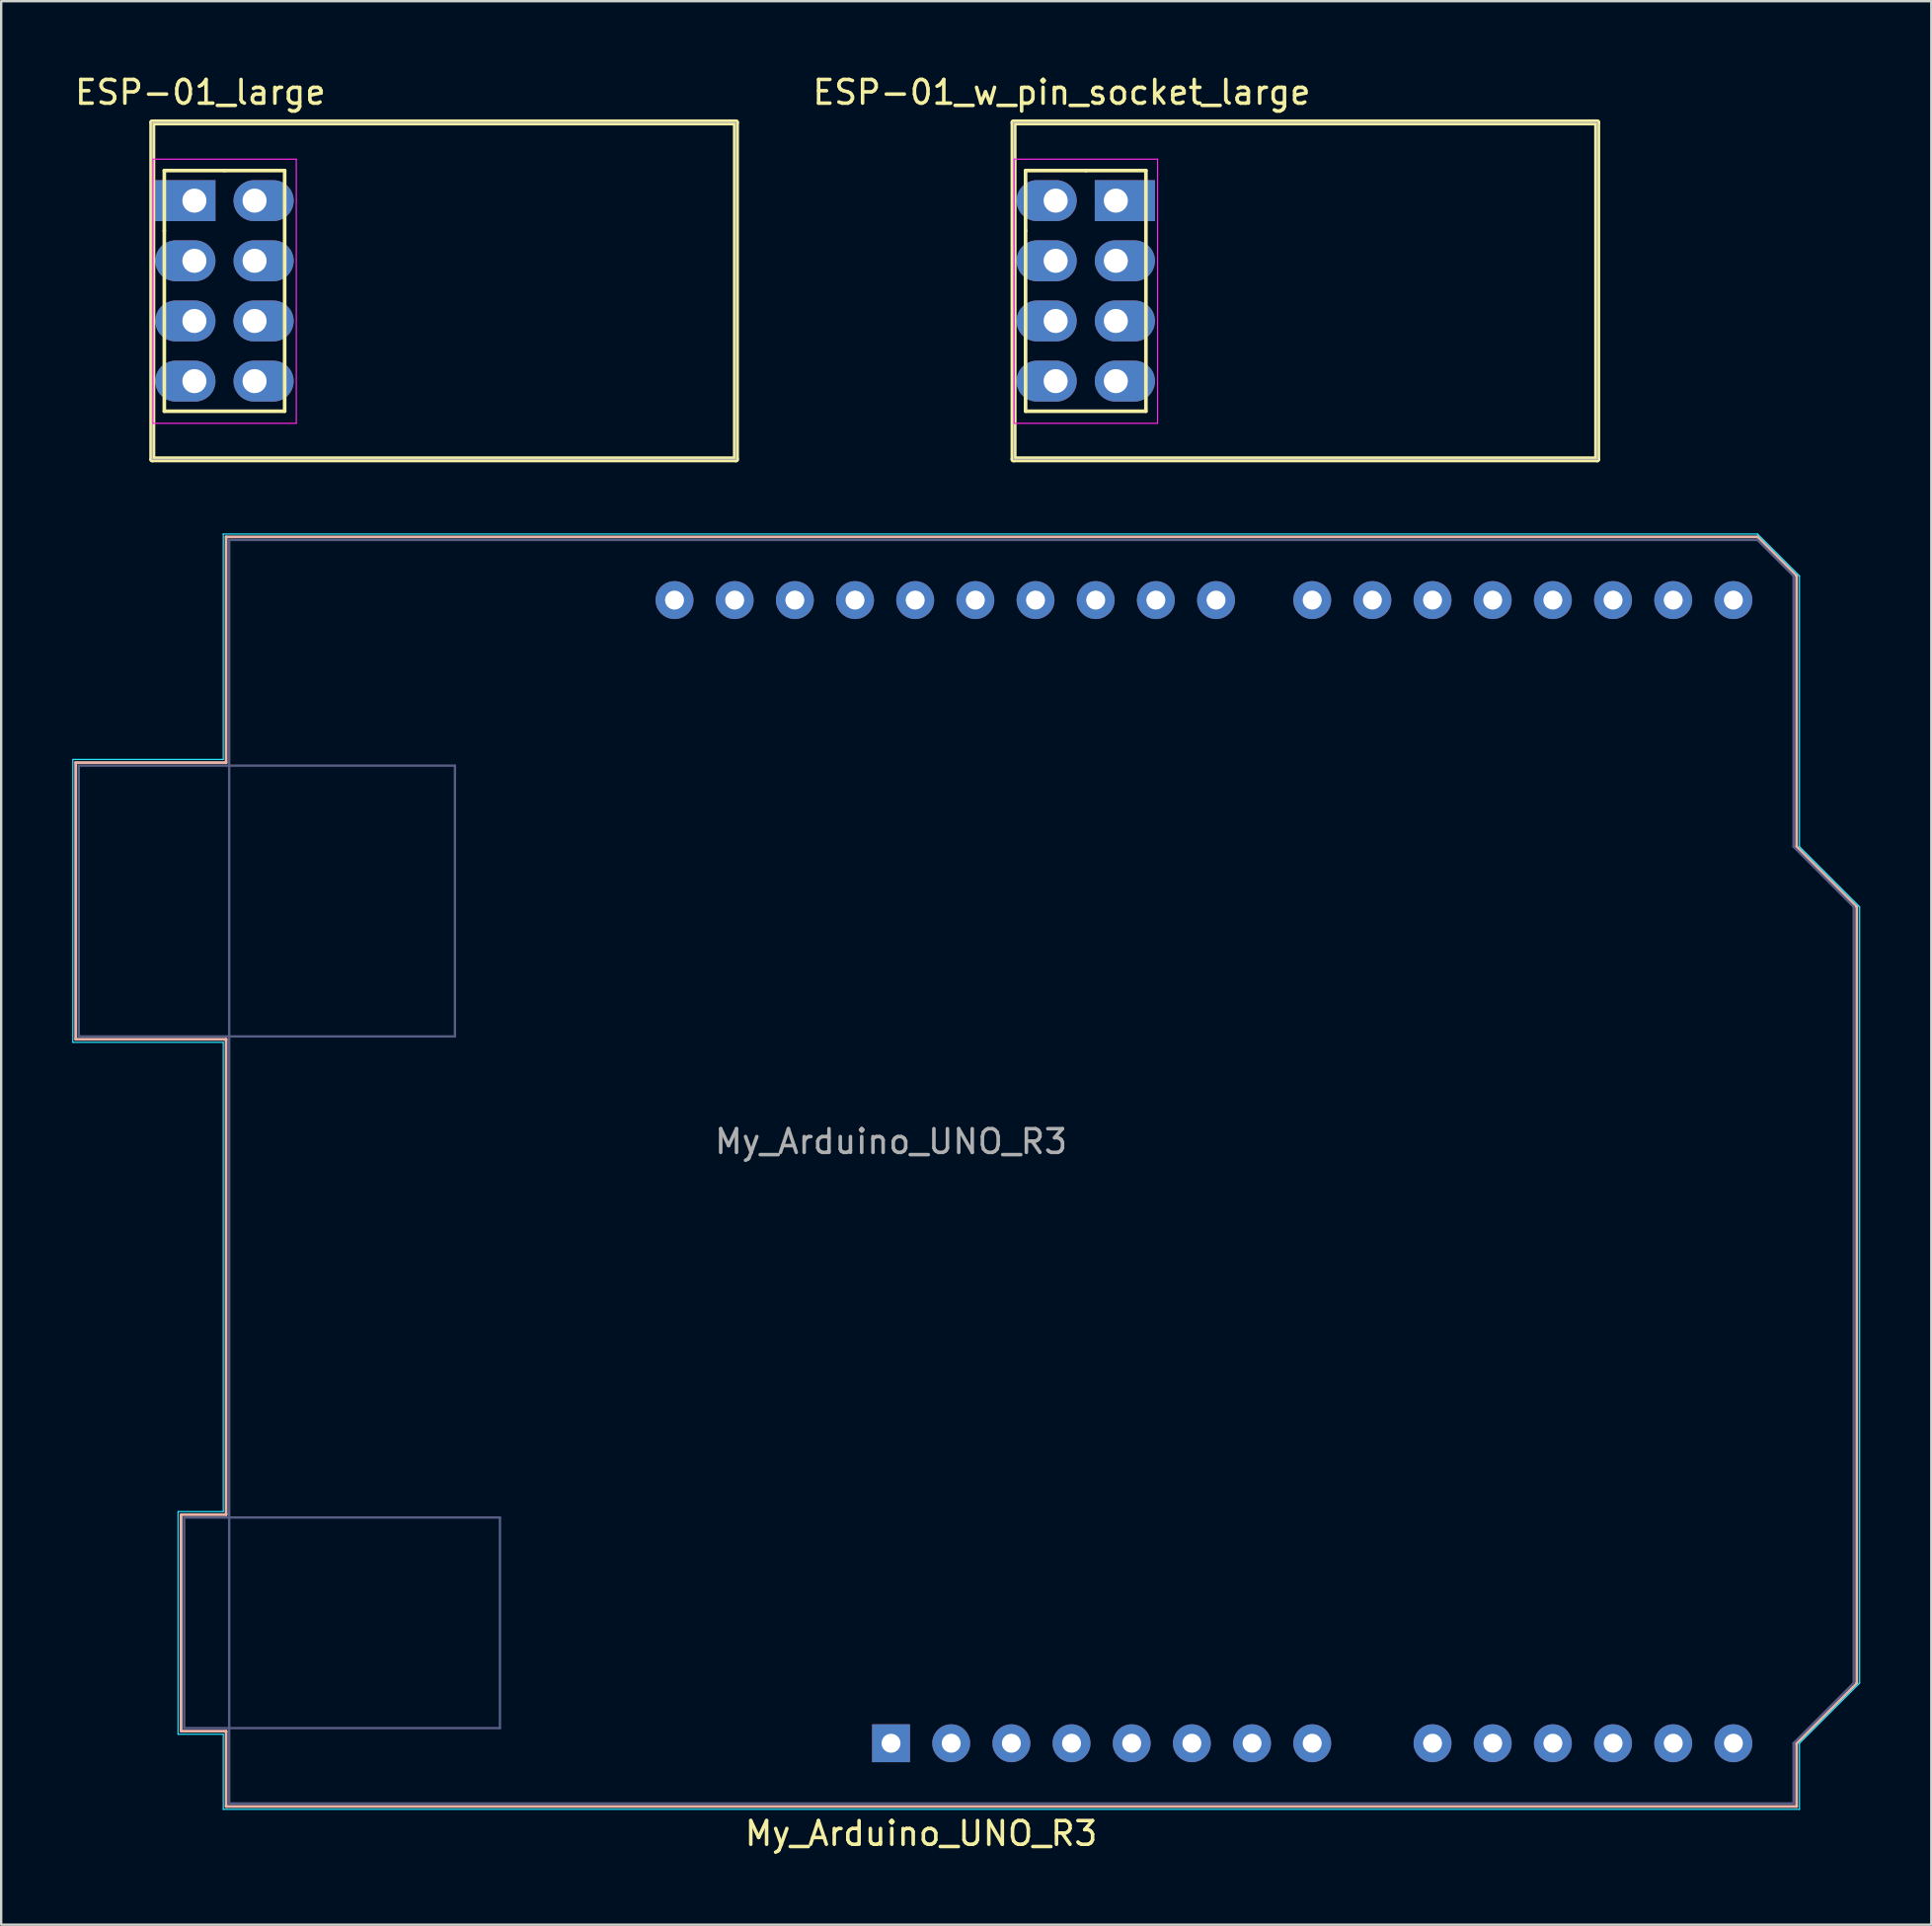
<source format=kicad_pcb>
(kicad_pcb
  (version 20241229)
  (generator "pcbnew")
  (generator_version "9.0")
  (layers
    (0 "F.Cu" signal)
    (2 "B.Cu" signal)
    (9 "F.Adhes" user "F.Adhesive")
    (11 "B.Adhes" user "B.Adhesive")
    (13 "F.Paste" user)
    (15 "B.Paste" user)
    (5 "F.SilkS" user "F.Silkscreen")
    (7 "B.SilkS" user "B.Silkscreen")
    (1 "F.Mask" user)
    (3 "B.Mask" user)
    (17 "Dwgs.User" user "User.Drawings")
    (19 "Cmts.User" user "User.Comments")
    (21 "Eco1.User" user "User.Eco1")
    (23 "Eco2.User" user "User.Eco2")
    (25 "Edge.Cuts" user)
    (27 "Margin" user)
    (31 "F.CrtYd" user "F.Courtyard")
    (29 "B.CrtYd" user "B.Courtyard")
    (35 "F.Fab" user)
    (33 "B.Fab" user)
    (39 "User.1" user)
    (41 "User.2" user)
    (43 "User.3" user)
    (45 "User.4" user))
  (footprint "ESP-01_large"
    (layer "F.Cu")
    (at 5.157 5.42)
    (property "Reference" "ESP-01_large" (at 0.254 -4.572 0) (layer "F.SilkS") (effects (font (size 1 1) (thickness 0.15))))
    (attr through_hole)
    (fp_line (start -1.778 -3.302) (end 22.86 -3.302) (stroke (width 0.254) (type solid)) (layer "F.SilkS"))
    (fp_line (start -1.778 10.922) (end -1.778 -3.302) (stroke (width 0.254) (type solid)) (layer "F.SilkS"))
    (fp_line (start -1.27 -1.27) (end -1.27 1.27) (stroke (width 0.152) (type solid)) (layer "F.SilkS"))
    (fp_line (start -1.27 1.27) (end -1.27 8.89) (stroke (width 0.152) (type solid)) (layer "F.SilkS"))
    (fp_line (start -1.27 8.89) (end 3.81 8.89) (stroke (width 0.152) (type solid)) (layer "F.SilkS"))
    (fp_line (start 1.27 -1.27) (end -1.27 -1.27) (stroke (width 0.152) (type solid)) (layer "F.SilkS"))
    (fp_line (start 3.81 -1.27) (end 1.27 -1.27) (stroke (width 0.152) (type solid)) (layer "F.SilkS"))
    (fp_line (start 3.81 8.89) (end 3.81 -1.27) (stroke (width 0.152) (type solid)) (layer "F.SilkS"))
    (fp_line (start 22.86 -3.302) (end 22.86 10.922) (stroke (width 0.254) (type solid)) (layer "F.SilkS"))
    (fp_line (start 22.86 10.922) (end -1.778 10.922) (stroke (width 0.254) (type solid)) (layer "F.SilkS"))
    (fp_line (start -1.75 -1.75) (end -1.75 9.4) (stroke (width 0.05) (type solid)) (layer "F.CrtYd"))
    (fp_line (start -1.75 -1.75) (end 4.3 -1.75) (stroke (width 0.05) (type solid)) (layer "F.CrtYd"))
    (fp_line (start -1.75 9.4) (end 4.3 9.4) (stroke (width 0.05) (type solid)) (layer "F.CrtYd"))
    (fp_line (start 4.3 -1.75) (end 4.3 9.4) (stroke (width 0.05) (type solid)) (layer "F.CrtYd"))
    (fp_line (start -1.778 -3.302) (end 22.86 -3.302) (stroke (width 0.05) (type solid)) (layer "F.Fab"))
    (fp_line (start -1.778 10.922) (end -1.778 -3.302) (stroke (width 0.05) (type solid)) (layer "F.Fab"))
    (fp_line (start 22.86 -3.302) (end 22.86 10.922) (stroke (width 0.05) (type solid)) (layer "F.Fab"))
    (fp_line (start 22.86 10.922) (end -1.778 10.922) (stroke (width 0.05) (type solid)) (layer "F.Fab"))
    (pad "1" thru_hole rect (at 0 0) (size 2.54 1.727) (drill 1.016 (offset -0.381 0)) (layers "*.Cu" "*.Mask"))
    (pad "2" thru_hole oval (at 2.54 0) (size 2.54 1.727) (drill 1.016 (offset 0.381 0)) (layers "*.Cu" "*.Mask"))
    (pad "3" thru_hole oval (at 0 2.54) (size 2.54 1.727) (drill 1.016 (offset -0.381 0)) (layers "*.Cu" "*.Mask"))
    (pad "4" thru_hole oval (at 2.54 2.54) (size 2.54 1.727) (drill 1.016 (offset 0.381 0)) (layers "*.Cu" "*.Mask"))
    (pad "5" thru_hole oval (at 0 5.08) (size 2.54 1.727) (drill 1.016 (offset -0.381 0)) (layers "*.Cu" "*.Mask"))
    (pad "6" thru_hole oval (at 2.54 5.08) (size 2.54 1.727) (drill 1.016 (offset 0.381 0)) (layers "*.Cu" "*.Mask"))
    (pad "7" thru_hole oval (at 0 7.62) (size 2.54 1.727) (drill 1.016 (offset -0.381 0)) (layers "*.Cu" "*.Mask"))
    (pad "8" thru_hole oval (at 2.54 7.62) (size 2.54 1.727) (drill 1.016 (offset 0.381 0)) (layers "*.Cu" "*.Mask")))
  (footprint "My_Arduino_UNO_R3"
    (layer "F.Cu")
    (at 34.565 70.544)
    (property "Reference" "My_Arduino_UNO_R3" (at 1.27 3.81 180) (layer "F.SilkS") (effects (font (size 1 1) (thickness 0.15))))
    (attr through_hole)
    (fp_line (start -34.42 -41.4) (end -28.07 -41.4) (stroke (width 0.12) (type solid)) (layer "B.SilkS"))
    (fp_line (start -34.42 -29.72) (end -34.42 -41.4) (stroke (width 0.12) (type solid)) (layer "B.SilkS"))
    (fp_line (start -29.97 -9.65) (end -28.07 -9.65) (stroke (width 0.12) (type solid)) (layer "B.SilkS"))
    (fp_line (start -29.97 -0.51) (end -29.97 -9.65) (stroke (width 0.12) (type solid)) (layer "B.SilkS"))
    (fp_line (start -28.07 -50.93) (end 36.58 -50.93) (stroke (width 0.12) (type solid)) (layer "B.SilkS"))
    (fp_line (start -28.07 -41.4) (end -28.07 -50.93) (stroke (width 0.12) (type solid)) (layer "B.SilkS"))
    (fp_line (start -28.07 -29.72) (end -34.42 -29.72) (stroke (width 0.12) (type solid)) (layer "B.SilkS"))
    (fp_line (start -28.07 -9.65) (end -28.07 -29.72) (stroke (width 0.12) (type solid)) (layer "B.SilkS"))
    (fp_line (start -28.07 -0.51) (end -29.97 -0.51) (stroke (width 0.12) (type solid)) (layer "B.SilkS"))
    (fp_line (start -28.07 2.67) (end -28.07 -0.51) (stroke (width 0.12) (type solid)) (layer "B.SilkS"))
    (fp_line (start 36.58 -50.93) (end 38.23 -49.28) (stroke (width 0.12) (type solid)) (layer "B.SilkS"))
    (fp_line (start 38.23 -49.28) (end 38.23 -37.85) (stroke (width 0.12) (type solid)) (layer "B.SilkS"))
    (fp_line (start 38.23 -37.85) (end 40.77 -35.31) (stroke (width 0.12) (type solid)) (layer "B.SilkS"))
    (fp_line (start 38.23 0) (end 38.23 2.67) (stroke (width 0.12) (type solid)) (layer "B.SilkS"))
    (fp_line (start 38.23 2.67) (end -28.07 2.67) (stroke (width 0.12) (type solid)) (layer "B.SilkS"))
    (fp_line (start 40.77 -35.31) (end 40.77 -2.54) (stroke (width 0.12) (type solid)) (layer "B.SilkS"))
    (fp_line (start 40.77 -2.54) (end 38.23 0) (stroke (width 0.12) (type solid)) (layer "B.SilkS"))
    (fp_line (start -34.54 -41.53) (end -34.54 -29.59) (stroke (width 0.05) (type solid)) (layer "B.CrtYd"))
    (fp_line (start -34.54 -29.59) (end -28.19 -29.59) (stroke (width 0.05) (type solid)) (layer "B.CrtYd"))
    (fp_line (start -30.1 -9.78) (end -30.1 -0.38) (stroke (width 0.05) (type solid)) (layer "B.CrtYd"))
    (fp_line (start -30.1 -0.38) (end -28.19 -0.38) (stroke (width 0.05) (type solid)) (layer "B.CrtYd"))
    (fp_line (start -28.19 -51.05) (end -28.19 -41.53) (stroke (width 0.05) (type solid)) (layer "B.CrtYd"))
    (fp_line (start -28.19 -41.53) (end -34.54 -41.53) (stroke (width 0.05) (type solid)) (layer "B.CrtYd"))
    (fp_line (start -28.19 -29.59) (end -28.19 -9.78) (stroke (width 0.05) (type solid)) (layer "B.CrtYd"))
    (fp_line (start -28.19 -9.78) (end -30.1 -9.78) (stroke (width 0.05) (type solid)) (layer "B.CrtYd"))
    (fp_line (start -28.19 -0.38) (end -28.19 2.79) (stroke (width 0.05) (type solid)) (layer "B.CrtYd"))
    (fp_line (start -28.19 2.79) (end 38.35 2.79) (stroke (width 0.05) (type solid)) (layer "B.CrtYd"))
    (fp_line (start 36.58 -51.05) (end -28.19 -51.05) (stroke (width 0.05) (type solid)) (layer "B.CrtYd"))
    (fp_line (start 38.35 -49.28) (end 36.58 -51.05) (stroke (width 0.05) (type solid)) (layer "B.CrtYd"))
    (fp_line (start 38.35 -37.85) (end 38.35 -49.28) (stroke (width 0.05) (type solid)) (layer "B.CrtYd"))
    (fp_line (start 38.35 0) (end 40.89 -2.54) (stroke (width 0.05) (type solid)) (layer "B.CrtYd"))
    (fp_line (start 38.35 2.79) (end 38.35 0) (stroke (width 0.05) (type solid)) (layer "B.CrtYd"))
    (fp_line (start 40.89 -35.31) (end 38.35 -37.85) (stroke (width 0.05) (type solid)) (layer "B.CrtYd"))
    (fp_line (start 40.89 -2.54) (end 40.89 -35.31) (stroke (width 0.05) (type solid)) (layer "B.CrtYd"))
    (fp_line (start -34.29 -41.27) (end -34.29 -29.84) (stroke (width 0.1) (type solid)) (layer "B.Fab"))
    (fp_line (start -34.29 -29.84) (end -18.41 -29.84) (stroke (width 0.1) (type solid)) (layer "B.Fab"))
    (fp_line (start -29.84 -9.53) (end -29.84 -0.64) (stroke (width 0.1) (type solid)) (layer "B.Fab"))
    (fp_line (start -29.84 -0.64) (end -16.51 -0.64) (stroke (width 0.1) (type solid)) (layer "B.Fab"))
    (fp_line (start -27.94 -50.8) (end -27.94 2.54) (stroke (width 0.1) (type solid)) (layer "B.Fab"))
    (fp_line (start -27.94 2.54) (end 38.1 2.54) (stroke (width 0.1) (type solid)) (layer "B.Fab"))
    (fp_line (start -18.41 -41.27) (end -34.29 -41.27) (stroke (width 0.1) (type solid)) (layer "B.Fab"))
    (fp_line (start -18.41 -29.84) (end -18.41 -41.27) (stroke (width 0.1) (type solid)) (layer "B.Fab"))
    (fp_line (start -16.51 -9.53) (end -29.84 -9.53) (stroke (width 0.1) (type solid)) (layer "B.Fab"))
    (fp_line (start -16.51 -0.64) (end -16.51 -9.53) (stroke (width 0.1) (type solid)) (layer "B.Fab"))
    (fp_line (start 36.58 -50.8) (end -27.94 -50.8) (stroke (width 0.1) (type solid)) (layer "B.Fab"))
    (fp_line (start 38.1 -49.28) (end 36.58 -50.8) (stroke (width 0.1) (type solid)) (layer "B.Fab"))
    (fp_line (start 38.1 -37.85) (end 38.1 -49.28) (stroke (width 0.1) (type solid)) (layer "B.Fab"))
    (fp_line (start 38.1 0) (end 40.64 -2.54) (stroke (width 0.1) (type solid)) (layer "B.Fab"))
    (fp_line (start 38.1 2.54) (end 38.1 0) (stroke (width 0.1) (type solid)) (layer "B.Fab"))
    (fp_line (start 40.64 -35.31) (end 38.1 -37.85) (stroke (width 0.1) (type solid)) (layer "B.Fab"))
    (fp_line (start 40.64 -2.54) (end 40.64 -35.31) (stroke (width 0.1) (type solid)) (layer "B.Fab"))
    (fp_text user "${REFERENCE}" (at 0 -25.4 180) (layer "F.Fab") (effects (font (size 1 1) (thickness 0.15))))
    (pad "1" thru_hole rect (at 0 0 270) (size 1.6 1.6) (drill 0.8) (layers "*.Cu" "*.Mask"))
    (pad "2" thru_hole oval (at 2.54 0 270) (size 1.6 1.6) (drill 0.8) (layers "*.Cu" "*.Mask"))
    (pad "3" thru_hole oval (at 5.08 0 270) (size 1.6 1.6) (drill 0.8) (layers "*.Cu" "*.Mask"))
    (pad "4" thru_hole oval (at 7.62 0 270) (size 1.6 1.6) (drill 0.8) (layers "*.Cu" "*.Mask"))
    (pad "5" thru_hole oval (at 10.16 0 270) (size 1.6 1.6) (drill 0.8) (layers "*.Cu" "*.Mask"))
    (pad "6" thru_hole oval (at 12.7 0 270) (size 1.6 1.6) (drill 0.8) (layers "*.Cu" "*.Mask"))
    (pad "7" thru_hole oval (at 15.24 0 270) (size 1.6 1.6) (drill 0.8) (layers "*.Cu" "*.Mask"))
    (pad "8" thru_hole oval (at 17.78 0 270) (size 1.6 1.6) (drill 0.8) (layers "*.Cu" "*.Mask"))
    (pad "9" thru_hole oval (at 22.86 0 270) (size 1.6 1.6) (drill 0.8) (layers "*.Cu" "*.Mask"))
    (pad "10" thru_hole oval (at 25.4 0 270) (size 1.6 1.6) (drill 0.8) (layers "*.Cu" "*.Mask"))
    (pad "11" thru_hole oval (at 27.94 0 270) (size 1.6 1.6) (drill 0.8) (layers "*.Cu" "*.Mask"))
    (pad "12" thru_hole oval (at 30.48 0 270) (size 1.6 1.6) (drill 0.8) (layers "*.Cu" "*.Mask"))
    (pad "13" thru_hole oval (at 33.02 0 270) (size 1.6 1.6) (drill 0.8) (layers "*.Cu" "*.Mask"))
    (pad "14" thru_hole oval (at 35.56 0 270) (size 1.6 1.6) (drill 0.8) (layers "*.Cu" "*.Mask"))
    (pad "15" thru_hole oval (at 35.56 -48.26 270) (size 1.6 1.6) (drill 0.8) (layers "*.Cu" "*.Mask"))
    (pad "16" thru_hole oval (at 33.02 -48.26 270) (size 1.6 1.6) (drill 0.8) (layers "*.Cu" "*.Mask"))
    (pad "17" thru_hole oval (at 30.48 -48.26 270) (size 1.6 1.6) (drill 0.8) (layers "*.Cu" "*.Mask"))
    (pad "18" thru_hole oval (at 27.94 -48.26 270) (size 1.6 1.6) (drill 0.8) (layers "*.Cu" "*.Mask"))
    (pad "19" thru_hole oval (at 25.4 -48.26 270) (size 1.6 1.6) (drill 0.8) (layers "*.Cu" "*.Mask"))
    (pad "20" thru_hole oval (at 22.86 -48.26 270) (size 1.6 1.6) (drill 0.8) (layers "*.Cu" "*.Mask"))
    (pad "21" thru_hole oval (at 20.32 -48.26 270) (size 1.6 1.6) (drill 0.8) (layers "*.Cu" "*.Mask"))
    (pad "22" thru_hole oval (at 17.78 -48.26 270) (size 1.6 1.6) (drill 0.8) (layers "*.Cu" "*.Mask"))
    (pad "23" thru_hole oval (at 13.72 -48.26 270) (size 1.6 1.6) (drill 0.8) (layers "*.Cu" "*.Mask"))
    (pad "24" thru_hole oval (at 11.18 -48.26 270) (size 1.6 1.6) (drill 0.8) (layers "*.Cu" "*.Mask"))
    (pad "25" thru_hole oval (at 8.64 -48.26 270) (size 1.6 1.6) (drill 0.8) (layers "*.Cu" "*.Mask"))
    (pad "26" thru_hole oval (at 6.1 -48.26 270) (size 1.6 1.6) (drill 0.8) (layers "*.Cu" "*.Mask"))
    (pad "27" thru_hole oval (at 3.56 -48.26 270) (size 1.6 1.6) (drill 0.8) (layers "*.Cu" "*.Mask"))
    (pad "28" thru_hole oval (at 1.02 -48.26 270) (size 1.6 1.6) (drill 0.8) (layers "*.Cu" "*.Mask"))
    (pad "29" thru_hole oval (at -1.52 -48.26 270) (size 1.6 1.6) (drill 0.8) (layers "*.Cu" "*.Mask"))
    (pad "30" thru_hole oval (at -4.06 -48.26 270) (size 1.6 1.6) (drill 0.8) (layers "*.Cu" "*.Mask"))
    (pad "31" thru_hole oval (at -6.6 -48.26 270) (size 1.6 1.6) (drill 0.8) (layers "*.Cu" "*.Mask"))
    (pad "32" thru_hole oval (at -9.14 -48.26 270) (size 1.6 1.6) (drill 0.8) (layers "*.Cu" "*.Mask")))
  (footprint "ESP-01_w_pin_socket_large"
    (layer "F.Cu")
    (at 41.515 5.42)
    (property "Reference" "ESP-01_w_pin_socket_large" (at 0.254 -4.572 0) (layer "F.SilkS") (effects (font (size 1 1) (thickness 0.15))))
    (attr through_hole)
    (fp_line (start -1.778 -3.302) (end 22.86 -3.302) (stroke (width 0.254) (type solid)) (layer "F.SilkS"))
    (fp_line (start -1.778 10.922) (end -1.778 -3.302) (stroke (width 0.254) (type solid)) (layer "F.SilkS"))
    (fp_line (start -1.27 -1.27) (end -1.27 1.27) (stroke (width 0.152) (type solid)) (layer "F.SilkS"))
    (fp_line (start -1.27 1.27) (end -1.27 8.89) (stroke (width 0.152) (type solid)) (layer "F.SilkS"))
    (fp_line (start -1.27 8.89) (end 3.81 8.89) (stroke (width 0.152) (type solid)) (layer "F.SilkS"))
    (fp_line (start 1.27 -1.27) (end -1.27 -1.27) (stroke (width 0.152) (type solid)) (layer "F.SilkS"))
    (fp_line (start 3.81 -1.27) (end 1.27 -1.27) (stroke (width 0.152) (type solid)) (layer "F.SilkS"))
    (fp_line (start 3.81 8.89) (end 3.81 -1.27) (stroke (width 0.152) (type solid)) (layer "F.SilkS"))
    (fp_line (start 22.86 -3.302) (end 22.86 10.922) (stroke (width 0.254) (type solid)) (layer "F.SilkS"))
    (fp_line (start 22.86 10.922) (end -1.778 10.922) (stroke (width 0.254) (type solid)) (layer "F.SilkS"))
    (fp_line (start -1.75 -1.75) (end -1.75 9.4) (stroke (width 0.05) (type solid)) (layer "F.CrtYd"))
    (fp_line (start -1.75 -1.75) (end 4.3 -1.75) (stroke (width 0.05) (type solid)) (layer "F.CrtYd"))
    (fp_line (start -1.75 9.4) (end 4.3 9.4) (stroke (width 0.05) (type solid)) (layer "F.CrtYd"))
    (fp_line (start 4.3 -1.75) (end 4.3 9.4) (stroke (width 0.05) (type solid)) (layer "F.CrtYd"))
    (fp_line (start -1.778 -3.302) (end 22.86 -3.302) (stroke (width 0.05) (type solid)) (layer "F.Fab"))
    (fp_line (start -1.778 10.922) (end -1.778 -3.302) (stroke (width 0.05) (type solid)) (layer "F.Fab"))
    (fp_line (start 22.86 -3.302) (end 22.86 10.922) (stroke (width 0.05) (type solid)) (layer "F.Fab"))
    (fp_line (start 22.86 10.922) (end -1.778 10.922) (stroke (width 0.05) (type solid)) (layer "F.Fab"))
    (pad "1" thru_hole rect (at 2.54 0) (size 2.54 1.727) (drill 1.016 (offset 0.381 0)) (layers "*.Cu" "*.Mask"))
    (pad "2" thru_hole oval (at 0 0) (size 2.54 1.727) (drill 1.016 (offset -0.381 0)) (layers "*.Cu" "*.Mask"))
    (pad "3" thru_hole oval (at 2.54 2.54) (size 2.54 1.727) (drill 1.016 (offset 0.381 0)) (layers "*.Cu" "*.Mask"))
    (pad "4" thru_hole oval (at 0 2.54) (size 2.54 1.727) (drill 1.016 (offset -0.381 0)) (layers "*.Cu" "*.Mask"))
    (pad "5" thru_hole oval (at 2.54 5.08) (size 2.54 1.727) (drill 1.016 (offset 0.381 0)) (layers "*.Cu" "*.Mask"))
    (pad "6" thru_hole oval (at 0 5.08) (size 2.54 1.727) (drill 1.016 (offset -0.381 0)) (layers "*.Cu" "*.Mask"))
    (pad "7" thru_hole oval (at 2.54 7.62) (size 2.54 1.727) (drill 1.016 (offset 0.381 0)) (layers "*.Cu" "*.Mask"))
    (pad "8" thru_hole oval (at 0 7.62) (size 2.54 1.727) (drill 1.016 (offset -0.381 0)) (layers "*.Cu" "*.Mask")))
  (gr_rect
    (start -3 -3)
    (end 78.48 78.203)
    (stroke (width 0.1) (type default))
    (fill no)
    (layer "Edge.Cuts")))
</source>
